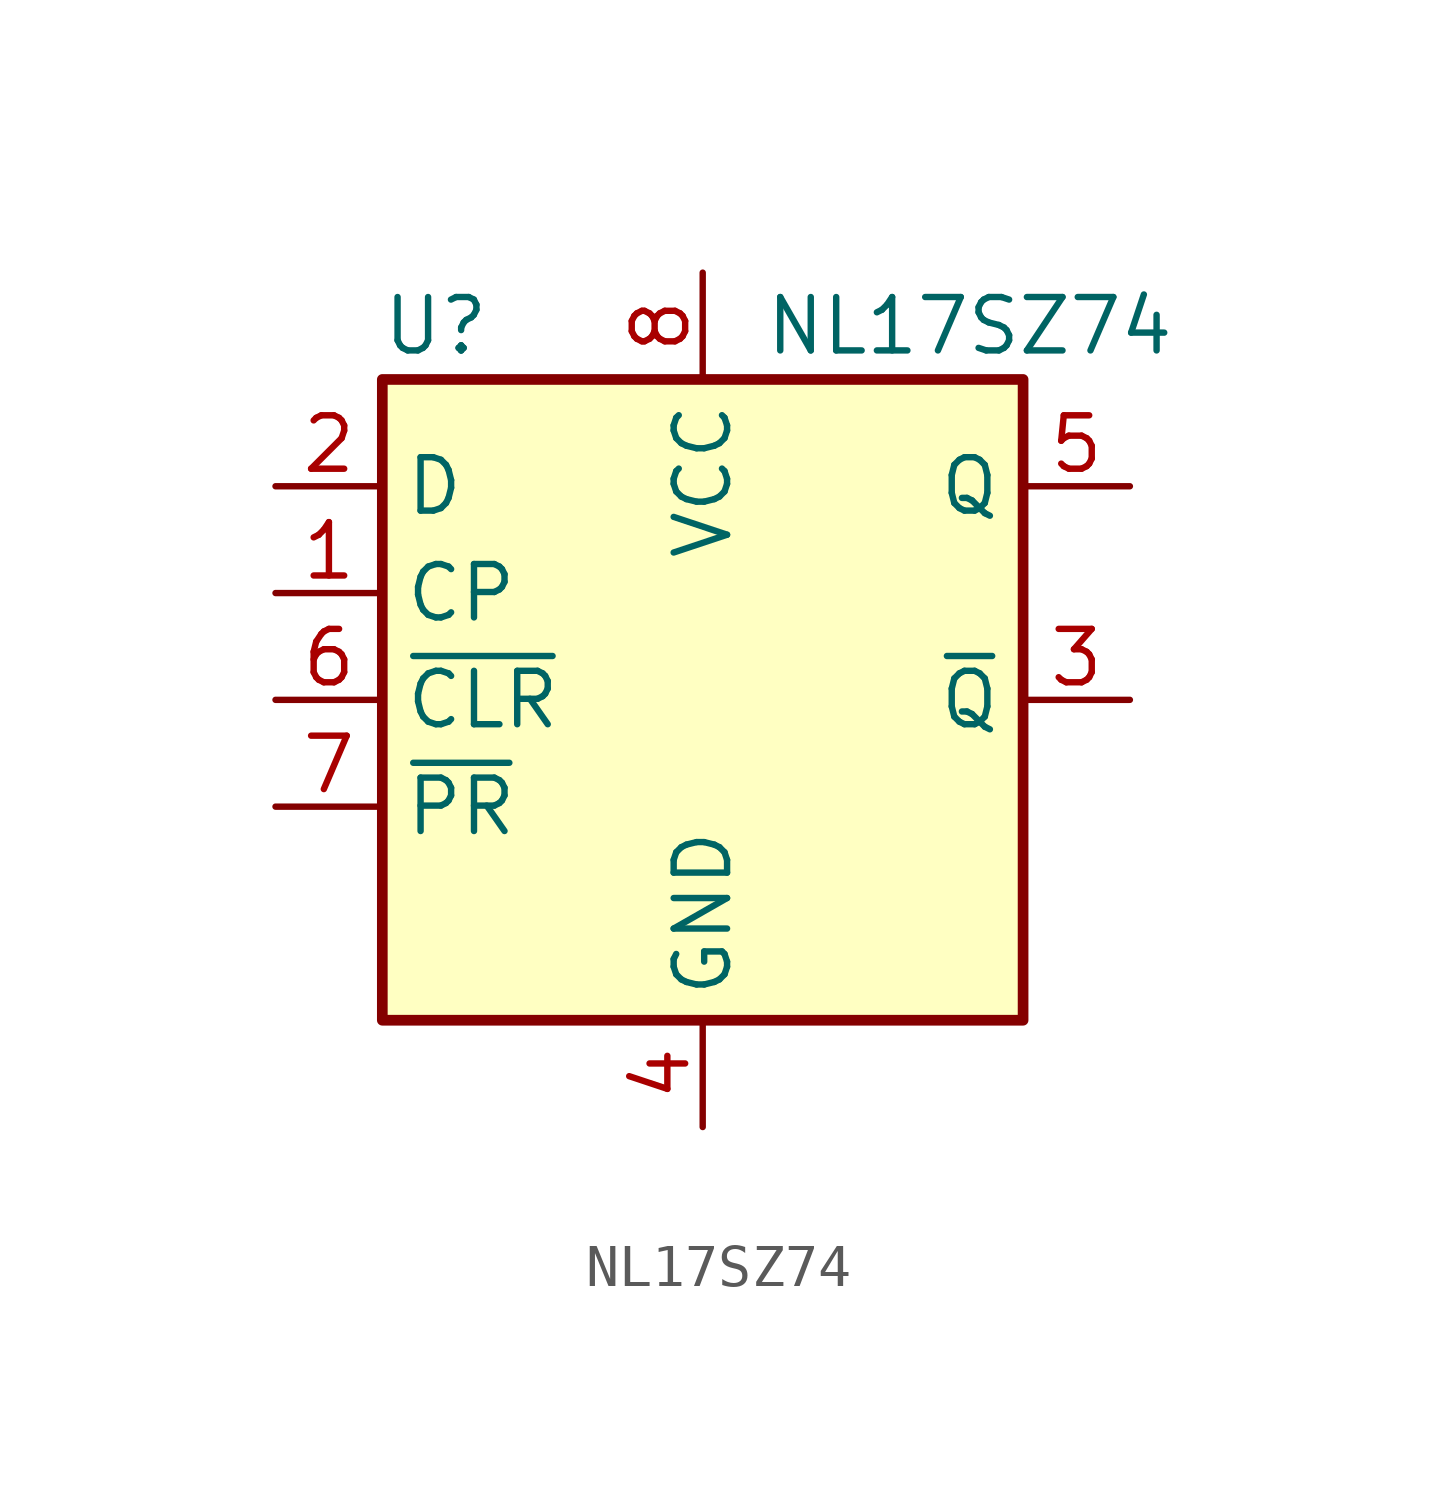
<source format=kicad_sym>
(kicad_symbol_lib
  (version 20211014)
  (generator kicad_symbol_editor)
  (symbol "NL17SZ74"
    (property "Reference" "U"
      (at -6.35 8.89 0)
      (effects (font (size 1.27 1.27))))
    (property "Value" "NL17SZ74"
      (at 6.35 8.89 0)
      (effects (font (size 1.27 1.27))))
    (symbol "NL17SZ74_0_1"
      (rectangle (start -7.62 7.62) (end 7.62 -7.62) (stroke (width 0.254) (type default) (color 0 0 0 0)) (fill (type background))))
    (symbol "NL17SZ74_1_1"
      (pin input line (at -10.16 2.54 0) (length 2.54) (name "CP" (effects (font (size 1.27 1.27)))) (number "1" (effects (font (size 1.27 1.27)))))
      (pin input line (at -10.16 5.08 0) (length 2.54) (name "D" (effects (font (size 1.27 1.27)))) (number "2" (effects (font (size 1.27 1.27)))))
      (pin output line (at 10.16 0 180) (length 2.54) (name "~{Q}" (effects (font (size 1.27 1.27)))) (number "3" (effects (font (size 1.27 1.27)))))
      (pin power_in line (at 0 -10.16 90) (length 2.54) (name "GND" (effects (font (size 1.27 1.27)))) (number "4" (effects (font (size 1.27 1.27)))))
      (pin output line (at 10.16 5.08 180) (length 2.54) (name "Q" (effects (font (size 1.27 1.27)))) (number "5" (effects (font (size 1.27 1.27)))))
      (pin input line (at -10.16 0 0) (length 2.54) (name "~{CLR}" (effects (font (size 1.27 1.27)))) (number "6" (effects (font (size 1.27 1.27)))))
      (pin input line (at -10.16 -2.54 0) (length 2.54) (name "~{PR}" (effects (font (size 1.27 1.27)))) (number "7" (effects (font (size 1.27 1.27)))))
      (pin power_in line (at 0 10.16 270) (length 2.54) (name "VCC" (effects (font (size 1.27 1.27)))) (number "8" (effects (font (size 1.27 1.27))))))))
</source>
